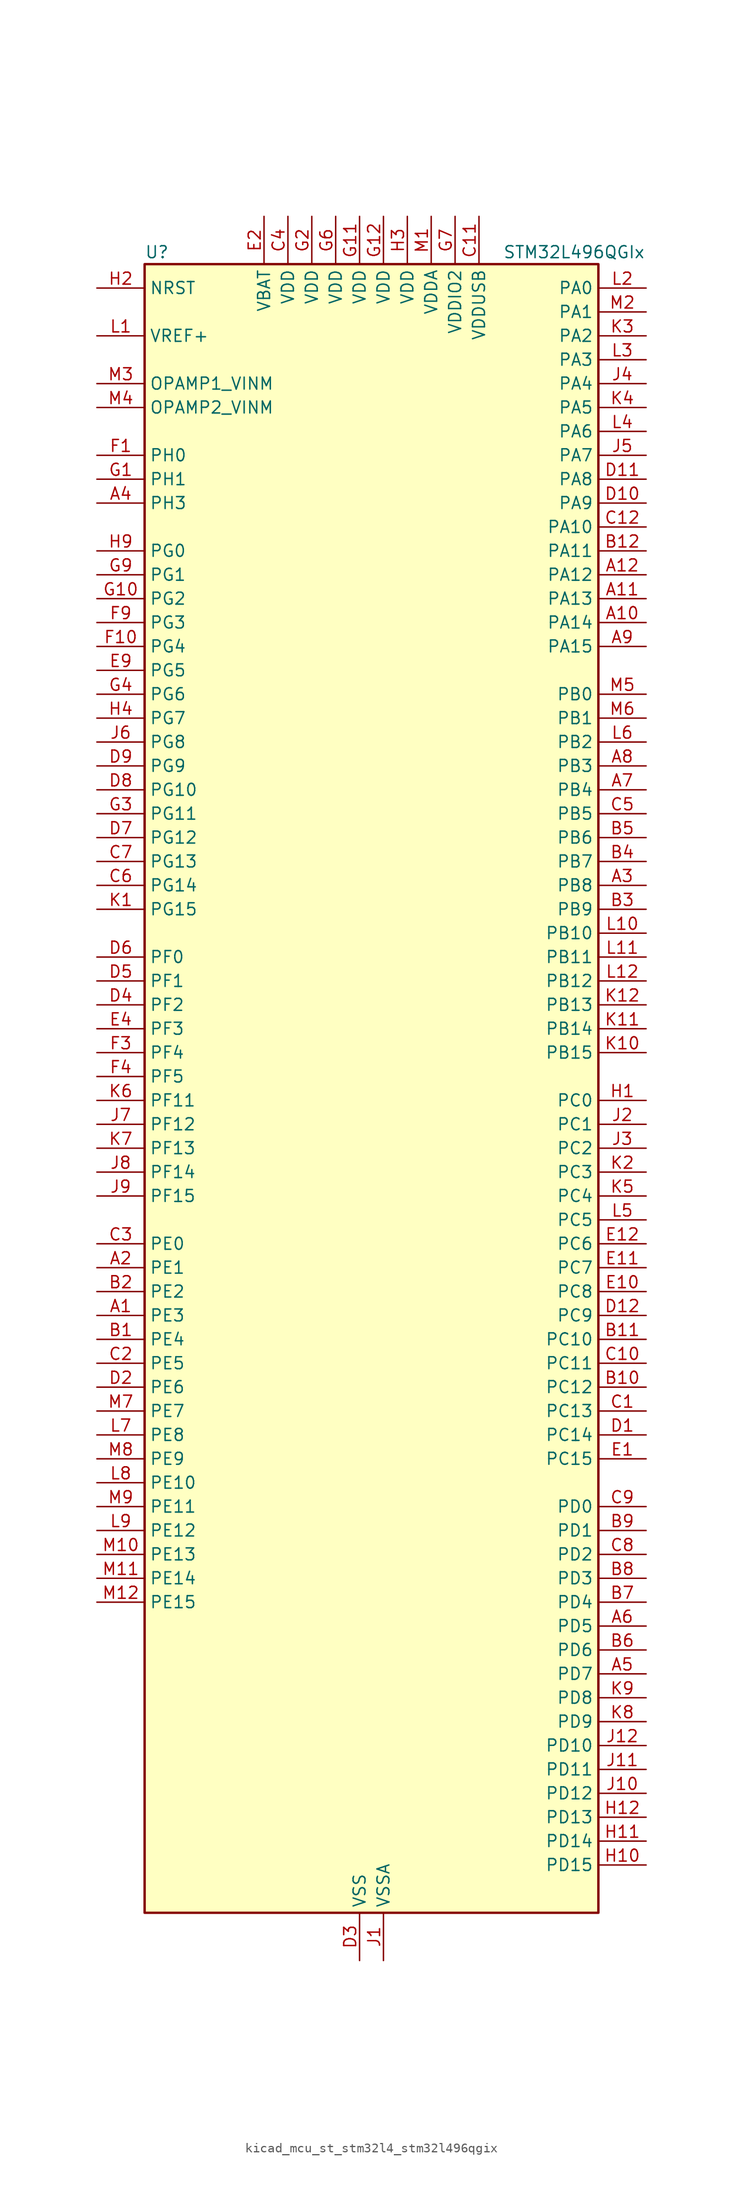
<source format=kicad_sym>
(kicad_symbol_lib
  (version 20220914)
  (generator kicad_symbol_editor)
  (symbol "kicad_mcu_st_stm32l4_stm32l496qgix"
    (property "Reference" "U"
      (at -22.86 90.17 0)
      (effects (font (size 1.27 1.27)) (justify left)))
    (property "Value" "STM32L496QGIx"
      (at 15.24 90.17 0)
      (effects (font (size 1.27 1.27)) (justify left)))
    (property "ki_locked" ""
      (at 0 0 0)
      (effects (font (size 1.27 1.27))))
    (symbol "kicad_mcu_st_stm32l4_stm32l496qgix_0_1"
      (rectangle (start -22.86 -86.36) (end 25.4 88.9) (stroke (width 0.254) (type default)) (fill (type background))))
    (symbol "kicad_mcu_st_stm32l4_stm32l496qgix_1_1"
      (pin bidirectional line (at -27.94 -22.86 0) (length 5.08) (name "PE3" (effects (font (size 1.27 1.27)))) (number "A1" (effects (font (size 1.27 1.27)))) (alternate "FMC_A19" bidirectional line) (alternate "LCD_SEG39" bidirectional line) (alternate "SAI1_SD_B" bidirectional line) (alternate "SYS_TRACED0" bidirectional line) (alternate "TIM3_CH1" bidirectional line) (alternate "TSC_G7_IO2" bidirectional line))
      (pin bidirectional line (at 30.48 50.8 180) (length 5.08) (name "PA14" (effects (font (size 1.27 1.27)))) (number "A10" (effects (font (size 1.27 1.27)))) (alternate "I2C1_SMBA" bidirectional line) (alternate "I2C4_SMBA" bidirectional line) (alternate "LPTIM1_OUT" bidirectional line) (alternate "SAI1_FS_B" bidirectional line) (alternate "SWPMI1_RX" bidirectional line) (alternate "SYS_JTCK-SWCLK" bidirectional line) (alternate "USB_OTG_FS_SOF" bidirectional line))
      (pin bidirectional line (at 30.48 53.34 180) (length 5.08) (name "PA13" (effects (font (size 1.27 1.27)))) (number "A11" (effects (font (size 1.27 1.27)))) (alternate "IR_OUT" bidirectional line) (alternate "SAI1_SD_B" bidirectional line) (alternate "SWPMI1_TX" bidirectional line) (alternate "SYS_JTMS-SWDIO" bidirectional line) (alternate "USB_OTG_FS_NOE" bidirectional line))
      (pin bidirectional line (at 30.48 55.88 180) (length 5.08) (name "PA12" (effects (font (size 1.27 1.27)))) (number "A12" (effects (font (size 1.27 1.27)))) (alternate "CAN1_TX" bidirectional line) (alternate "SPI1_MOSI" bidirectional line) (alternate "TIM1_ETR" bidirectional line) (alternate "USART1_DE" bidirectional line) (alternate "USART1_RTS" bidirectional line) (alternate "USB_OTG_FS_DP" bidirectional line))
      (pin bidirectional line (at -27.94 -17.78 0) (length 5.08) (name "PE1" (effects (font (size 1.27 1.27)))) (number "A2" (effects (font (size 1.27 1.27)))) (alternate "DCMI_D3" bidirectional line) (alternate "FMC_NBL1" bidirectional line) (alternate "LCD_SEG37" bidirectional line) (alternate "TIM17_CH1" bidirectional line))
      (pin bidirectional line (at 30.48 22.86 180) (length 5.08) (name "PB8" (effects (font (size 1.27 1.27)))) (number "A3" (effects (font (size 1.27 1.27)))) (alternate "CAN1_RX" bidirectional line) (alternate "DCMI_D6" bidirectional line) (alternate "DFSDM1_DATIN6" bidirectional line) (alternate "I2C1_SCL" bidirectional line) (alternate "LCD_SEG16" bidirectional line) (alternate "SAI1_MCLK_A" bidirectional line) (alternate "SDMMC1_D4" bidirectional line) (alternate "TIM16_CH1" bidirectional line) (alternate "TIM4_CH3" bidirectional line))
      (pin bidirectional line (at -27.94 63.5 0) (length 5.08) (name "PH3" (effects (font (size 1.27 1.27)))) (number "A4" (effects (font (size 1.27 1.27)))))
      (pin bidirectional line (at 30.48 -60.96 180) (length 5.08) (name "PD7" (effects (font (size 1.27 1.27)))) (number "A5" (effects (font (size 1.27 1.27)))) (alternate "DFSDM1_CKIN1" bidirectional line) (alternate "FMC_NE1" bidirectional line) (alternate "QUADSPI_BK2_IO3" bidirectional line) (alternate "USART2_CK" bidirectional line))
      (pin bidirectional line (at 30.48 -55.88 180) (length 5.08) (name "PD5" (effects (font (size 1.27 1.27)))) (number "A6" (effects (font (size 1.27 1.27)))) (alternate "FMC_NWE" bidirectional line) (alternate "QUADSPI_BK2_IO1" bidirectional line) (alternate "USART2_TX" bidirectional line))
      (pin bidirectional line (at 30.48 33.02 180) (length 5.08) (name "PB4" (effects (font (size 1.27 1.27)))) (number "A7" (effects (font (size 1.27 1.27)))) (alternate "COMP2_INP" bidirectional line) (alternate "DCMI_D12" bidirectional line) (alternate "I2C3_SDA" bidirectional line) (alternate "LCD_SEG8" bidirectional line) (alternate "SAI1_MCLK_B" bidirectional line) (alternate "SPI1_MISO" bidirectional line) (alternate "SPI3_MISO" bidirectional line) (alternate "SYS_JTRST" bidirectional line) (alternate "TIM17_BKIN" bidirectional line) (alternate "TIM3_CH1" bidirectional line) (alternate "TSC_G2_IO1" bidirectional line) (alternate "UART5_DE" bidirectional line) (alternate "UART5_RTS" bidirectional line) (alternate "USART1_CTS" bidirectional line))
      (pin bidirectional line (at 30.48 35.56 180) (length 5.08) (name "PB3" (effects (font (size 1.27 1.27)))) (number "A8" (effects (font (size 1.27 1.27)))) (alternate "COMP2_INM" bidirectional line) (alternate "CRS_SYNC" bidirectional line) (alternate "LCD_SEG7" bidirectional line) (alternate "SAI1_SCK_B" bidirectional line) (alternate "SPI1_SCK" bidirectional line) (alternate "SPI3_SCK" bidirectional line) (alternate "SYS_JTDO-SWO" bidirectional line) (alternate "TIM2_CH2" bidirectional line) (alternate "USART1_DE" bidirectional line) (alternate "USART1_RTS" bidirectional line))
      (pin bidirectional line (at 30.48 48.26 180) (length 5.08) (name "PA15" (effects (font (size 1.27 1.27)))) (number "A9" (effects (font (size 1.27 1.27)))) (alternate "ADC1_EXTI15" bidirectional line) (alternate "ADC2_EXTI15" bidirectional line) (alternate "ADC3_EXTI15" bidirectional line) (alternate "LCD_SEG17" bidirectional line) (alternate "SAI2_FS_B" bidirectional line) (alternate "SPI1_NSS" bidirectional line) (alternate "SPI3_NSS" bidirectional line) (alternate "SWPMI1_SUSPEND" bidirectional line) (alternate "SYS_JTDI" bidirectional line) (alternate "TIM2_CH1" bidirectional line) (alternate "TIM2_ETR" bidirectional line) (alternate "TSC_G3_IO1" bidirectional line) (alternate "UART4_DE" bidirectional line) (alternate "UART4_RTS" bidirectional line) (alternate "USART2_RX" bidirectional line) (alternate "USART3_DE" bidirectional line) (alternate "USART3_RTS" bidirectional line))
      (pin bidirectional line (at -27.94 -25.4 0) (length 5.08) (name "PE4" (effects (font (size 1.27 1.27)))) (number "B1" (effects (font (size 1.27 1.27)))) (alternate "DCMI_D4" bidirectional line) (alternate "DFSDM1_DATIN3" bidirectional line) (alternate "FMC_A20" bidirectional line) (alternate "SAI1_FS_A" bidirectional line) (alternate "SYS_TRACED1" bidirectional line) (alternate "TIM3_CH2" bidirectional line) (alternate "TSC_G7_IO3" bidirectional line))
      (pin bidirectional line (at 30.48 -30.48 180) (length 5.08) (name "PC12" (effects (font (size 1.27 1.27)))) (number "B10" (effects (font (size 1.27 1.27)))) (alternate "DCMI_D9" bidirectional line) (alternate "LCD_COM6" bidirectional line) (alternate "LCD_SEG30" bidirectional line) (alternate "LCD_SEG42" bidirectional line) (alternate "SAI2_SD_B" bidirectional line) (alternate "SDMMC1_CK" bidirectional line) (alternate "SPI3_MOSI" bidirectional line) (alternate "SYS_TRACED3" bidirectional line) (alternate "TSC_G3_IO4" bidirectional line) (alternate "UART5_TX" bidirectional line) (alternate "USART3_CK" bidirectional line))
      (pin bidirectional line (at 30.48 -25.4 180) (length 5.08) (name "PC10" (effects (font (size 1.27 1.27)))) (number "B11" (effects (font (size 1.27 1.27)))) (alternate "DCMI_D8" bidirectional line) (alternate "LCD_COM4" bidirectional line) (alternate "LCD_SEG28" bidirectional line) (alternate "LCD_SEG40" bidirectional line) (alternate "SAI2_SCK_B" bidirectional line) (alternate "SDMMC1_D2" bidirectional line) (alternate "SPI3_SCK" bidirectional line) (alternate "SYS_TRACED1" bidirectional line) (alternate "TSC_G3_IO2" bidirectional line) (alternate "UART4_TX" bidirectional line) (alternate "USART3_TX" bidirectional line))
      (pin bidirectional line (at 30.48 58.42 180) (length 5.08) (name "PA11" (effects (font (size 1.27 1.27)))) (number "B12" (effects (font (size 1.27 1.27)))) (alternate "ADC1_EXTI11" bidirectional line) (alternate "ADC2_EXTI11" bidirectional line) (alternate "ADC3_EXTI11" bidirectional line) (alternate "CAN1_RX" bidirectional line) (alternate "SPI1_MISO" bidirectional line) (alternate "TIM1_BKIN2" bidirectional line) (alternate "TIM1_BKIN2_COMP1" bidirectional line) (alternate "TIM1_CH4" bidirectional line) (alternate "USART1_CTS" bidirectional line) (alternate "USB_OTG_FS_DM" bidirectional line))
      (pin bidirectional line (at -27.94 -20.32 0) (length 5.08) (name "PE2" (effects (font (size 1.27 1.27)))) (number "B2" (effects (font (size 1.27 1.27)))) (alternate "FMC_A23" bidirectional line) (alternate "LCD_SEG38" bidirectional line) (alternate "SAI1_MCLK_A" bidirectional line) (alternate "SYS_TRACECLK" bidirectional line) (alternate "TIM3_ETR" bidirectional line) (alternate "TSC_G7_IO1" bidirectional line))
      (pin bidirectional line (at 30.48 20.32 180) (length 5.08) (name "PB9" (effects (font (size 1.27 1.27)))) (number "B3" (effects (font (size 1.27 1.27)))) (alternate "CAN1_TX" bidirectional line) (alternate "DAC1_EXTI9" bidirectional line) (alternate "DCMI_D7" bidirectional line) (alternate "DFSDM1_CKIN6" bidirectional line) (alternate "I2C1_SDA" bidirectional line) (alternate "IR_OUT" bidirectional line) (alternate "LCD_COM3" bidirectional line) (alternate "SAI1_FS_A" bidirectional line) (alternate "SDMMC1_D5" bidirectional line) (alternate "SPI2_NSS" bidirectional line) (alternate "TIM17_CH1" bidirectional line) (alternate "TIM4_CH4" bidirectional line))
      (pin bidirectional line (at 30.48 25.4 180) (length 5.08) (name "PB7" (effects (font (size 1.27 1.27)))) (number "B4" (effects (font (size 1.27 1.27)))) (alternate "COMP2_INM" bidirectional line) (alternate "DCMI_VSYNC" bidirectional line) (alternate "DFSDM1_CKIN5" bidirectional line) (alternate "FMC_NL" bidirectional line) (alternate "I2C1_SDA" bidirectional line) (alternate "I2C4_SDA" bidirectional line) (alternate "LCD_SEG21" bidirectional line) (alternate "LPTIM1_IN2" bidirectional line) (alternate "SYS_PVD_IN" bidirectional line) (alternate "TIM17_CH1N" bidirectional line) (alternate "TIM4_CH2" bidirectional line) (alternate "TIM8_BKIN" bidirectional line) (alternate "TIM8_BKIN_COMP1" bidirectional line) (alternate "TSC_G2_IO4" bidirectional line) (alternate "UART4_CTS" bidirectional line) (alternate "USART1_RX" bidirectional line))
      (pin bidirectional line (at 30.48 27.94 180) (length 5.08) (name "PB6" (effects (font (size 1.27 1.27)))) (number "B5" (effects (font (size 1.27 1.27)))) (alternate "CAN2_TX" bidirectional line) (alternate "COMP2_INP" bidirectional line) (alternate "DCMI_D5" bidirectional line) (alternate "DFSDM1_DATIN5" bidirectional line) (alternate "I2C1_SCL" bidirectional line) (alternate "I2C4_SCL" bidirectional line) (alternate "LPTIM1_ETR" bidirectional line) (alternate "SAI1_FS_B" bidirectional line) (alternate "TIM16_CH1N" bidirectional line) (alternate "TIM4_CH1" bidirectional line) (alternate "TIM8_BKIN2" bidirectional line) (alternate "TIM8_BKIN2_COMP2" bidirectional line) (alternate "TSC_G2_IO3" bidirectional line) (alternate "USART1_TX" bidirectional line))
      (pin bidirectional line (at 30.48 -58.42 180) (length 5.08) (name "PD6" (effects (font (size 1.27 1.27)))) (number "B6" (effects (font (size 1.27 1.27)))) (alternate "DCMI_D10" bidirectional line) (alternate "DFSDM1_DATIN1" bidirectional line) (alternate "FMC_NWAIT" bidirectional line) (alternate "QUADSPI_BK2_IO1" bidirectional line) (alternate "QUADSPI_BK2_IO2" bidirectional line) (alternate "SAI1_SD_A" bidirectional line) (alternate "USART2_RX" bidirectional line))
      (pin bidirectional line (at 30.48 -53.34 180) (length 5.08) (name "PD4" (effects (font (size 1.27 1.27)))) (number "B7" (effects (font (size 1.27 1.27)))) (alternate "DFSDM1_CKIN0" bidirectional line) (alternate "FMC_NOE" bidirectional line) (alternate "QUADSPI_BK2_IO0" bidirectional line) (alternate "SPI2_MOSI" bidirectional line) (alternate "USART2_DE" bidirectional line) (alternate "USART2_RTS" bidirectional line))
      (pin bidirectional line (at 30.48 -50.8 180) (length 5.08) (name "PD3" (effects (font (size 1.27 1.27)))) (number "B8" (effects (font (size 1.27 1.27)))) (alternate "DCMI_D5" bidirectional line) (alternate "DFSDM1_DATIN0" bidirectional line) (alternate "FMC_CLK" bidirectional line) (alternate "QUADSPI_BK2_NCS" bidirectional line) (alternate "SPI2_MISO" bidirectional line) (alternate "SPI2_SCK" bidirectional line) (alternate "USART2_CTS" bidirectional line))
      (pin bidirectional line (at 30.48 -45.72 180) (length 5.08) (name "PD1" (effects (font (size 1.27 1.27)))) (number "B9" (effects (font (size 1.27 1.27)))) (alternate "CAN1_TX" bidirectional line) (alternate "DFSDM1_CKIN7" bidirectional line) (alternate "FMC_D3" bidirectional line) (alternate "FMC_DA3" bidirectional line) (alternate "SPI2_SCK" bidirectional line))
      (pin bidirectional line (at 30.48 -33.02 180) (length 5.08) (name "PC13" (effects (font (size 1.27 1.27)))) (number "C1" (effects (font (size 1.27 1.27)))) (alternate "RTC_OUT_ALARM" bidirectional line) (alternate "RTC_OUT_CALIB" bidirectional line) (alternate "RTC_TAMP1" bidirectional line) (alternate "RTC_TS" bidirectional line) (alternate "SYS_WKUP2" bidirectional line))
      (pin bidirectional line (at 30.48 -27.94 180) (length 5.08) (name "PC11" (effects (font (size 1.27 1.27)))) (number "C10" (effects (font (size 1.27 1.27)))) (alternate "ADC1_EXTI11" bidirectional line) (alternate "ADC2_EXTI11" bidirectional line) (alternate "ADC3_EXTI11" bidirectional line) (alternate "DCMI_D4" bidirectional line) (alternate "LCD_COM5" bidirectional line) (alternate "LCD_SEG29" bidirectional line) (alternate "LCD_SEG41" bidirectional line) (alternate "QUADSPI_BK2_NCS" bidirectional line) (alternate "SAI2_MCLK_B" bidirectional line) (alternate "SDMMC1_D3" bidirectional line) (alternate "SPI3_MISO" bidirectional line) (alternate "TSC_G3_IO3" bidirectional line) (alternate "UART4_RX" bidirectional line) (alternate "USART3_RX" bidirectional line))
      (pin power_in line (at 12.7 93.98 270) (length 5.08) (name "VDDUSB" (effects (font (size 1.27 1.27)))) (number "C11" (effects (font (size 1.27 1.27)))))
      (pin bidirectional line (at 30.48 60.96 180) (length 5.08) (name "PA10" (effects (font (size 1.27 1.27)))) (number "C12" (effects (font (size 1.27 1.27)))) (alternate "DCMI_D1" bidirectional line) (alternate "LCD_COM2" bidirectional line) (alternate "SAI1_SD_A" bidirectional line) (alternate "TIM17_BKIN" bidirectional line) (alternate "TIM1_CH3" bidirectional line) (alternate "USART1_RX" bidirectional line) (alternate "USB_OTG_FS_ID" bidirectional line))
      (pin bidirectional line (at -27.94 -27.94 0) (length 5.08) (name "PE5" (effects (font (size 1.27 1.27)))) (number "C2" (effects (font (size 1.27 1.27)))) (alternate "DCMI_D6" bidirectional line) (alternate "DFSDM1_CKIN3" bidirectional line) (alternate "FMC_A21" bidirectional line) (alternate "SAI1_SCK_A" bidirectional line) (alternate "SYS_TRACED2" bidirectional line) (alternate "TIM3_CH3" bidirectional line) (alternate "TSC_G7_IO4" bidirectional line))
      (pin bidirectional line (at -27.94 -15.24 0) (length 5.08) (name "PE0" (effects (font (size 1.27 1.27)))) (number "C3" (effects (font (size 1.27 1.27)))) (alternate "DCMI_D2" bidirectional line) (alternate "FMC_NBL0" bidirectional line) (alternate "LCD_SEG36" bidirectional line) (alternate "TIM16_CH1" bidirectional line) (alternate "TIM4_ETR" bidirectional line))
      (pin power_in line (at -7.62 93.98 270) (length 5.08) (name "VDD" (effects (font (size 1.27 1.27)))) (number "C4" (effects (font (size 1.27 1.27)))))
      (pin bidirectional line (at 30.48 30.48 180) (length 5.08) (name "PB5" (effects (font (size 1.27 1.27)))) (number "C5" (effects (font (size 1.27 1.27)))) (alternate "CAN2_RX" bidirectional line) (alternate "COMP2_OUT" bidirectional line) (alternate "DCMI_D10" bidirectional line) (alternate "I2C1_SMBA" bidirectional line) (alternate "LCD_SEG9" bidirectional line) (alternate "LPTIM1_IN1" bidirectional line) (alternate "SAI1_SD_B" bidirectional line) (alternate "SPI1_MOSI" bidirectional line) (alternate "SPI3_MOSI" bidirectional line) (alternate "TIM16_BKIN" bidirectional line) (alternate "TIM3_CH2" bidirectional line) (alternate "TSC_G2_IO2" bidirectional line) (alternate "UART5_CTS" bidirectional line) (alternate "USART1_CK" bidirectional line))
      (pin bidirectional line (at -27.94 22.86 0) (length 5.08) (name "PG14" (effects (font (size 1.27 1.27)))) (number "C6" (effects (font (size 1.27 1.27)))) (alternate "FMC_A25" bidirectional line) (alternate "I2C1_SCL" bidirectional line))
      (pin bidirectional line (at -27.94 25.4 0) (length 5.08) (name "PG13" (effects (font (size 1.27 1.27)))) (number "C7" (effects (font (size 1.27 1.27)))) (alternate "FMC_A24" bidirectional line) (alternate "I2C1_SDA" bidirectional line) (alternate "USART1_CK" bidirectional line))
      (pin bidirectional line (at 30.48 -48.26 180) (length 5.08) (name "PD2" (effects (font (size 1.27 1.27)))) (number "C8" (effects (font (size 1.27 1.27)))) (alternate "DCMI_D11" bidirectional line) (alternate "LCD_COM7" bidirectional line) (alternate "LCD_SEG31" bidirectional line) (alternate "LCD_SEG43" bidirectional line) (alternate "SDMMC1_CMD" bidirectional line) (alternate "SYS_TRACED2" bidirectional line) (alternate "TIM3_ETR" bidirectional line) (alternate "TSC_SYNC" bidirectional line) (alternate "UART5_RX" bidirectional line) (alternate "USART3_DE" bidirectional line) (alternate "USART3_RTS" bidirectional line))
      (pin bidirectional line (at 30.48 -43.18 180) (length 5.08) (name "PD0" (effects (font (size 1.27 1.27)))) (number "C9" (effects (font (size 1.27 1.27)))) (alternate "CAN1_RX" bidirectional line) (alternate "DFSDM1_DATIN7" bidirectional line) (alternate "FMC_D2" bidirectional line) (alternate "FMC_DA2" bidirectional line) (alternate "SPI2_NSS" bidirectional line))
      (pin bidirectional line (at 30.48 -35.56 180) (length 5.08) (name "PC14" (effects (font (size 1.27 1.27)))) (number "D1" (effects (font (size 1.27 1.27)))) (alternate "RCC_OSC32_IN" bidirectional line))
      (pin bidirectional line (at 30.48 63.5 180) (length 5.08) (name "PA9" (effects (font (size 1.27 1.27)))) (number "D10" (effects (font (size 1.27 1.27)))) (alternate "DAC1_EXTI9" bidirectional line) (alternate "DCMI_D0" bidirectional line) (alternate "LCD_COM1" bidirectional line) (alternate "SAI1_FS_A" bidirectional line) (alternate "SPI2_SCK" bidirectional line) (alternate "TIM15_BKIN" bidirectional line) (alternate "TIM1_CH2" bidirectional line) (alternate "USART1_TX" bidirectional line) (alternate "USB_OTG_FS_VBUS" bidirectional line))
      (pin bidirectional line (at 30.48 66.04 180) (length 5.08) (name "PA8" (effects (font (size 1.27 1.27)))) (number "D11" (effects (font (size 1.27 1.27)))) (alternate "LCD_COM0" bidirectional line) (alternate "LPTIM2_OUT" bidirectional line) (alternate "RCC_MCO" bidirectional line) (alternate "SAI1_SCK_A" bidirectional line) (alternate "SWPMI1_IO" bidirectional line) (alternate "TIM1_CH1" bidirectional line) (alternate "USART1_CK" bidirectional line) (alternate "USB_OTG_FS_SOF" bidirectional line))
      (pin bidirectional line (at 30.48 -22.86 180) (length 5.08) (name "PC9" (effects (font (size 1.27 1.27)))) (number "D12" (effects (font (size 1.27 1.27)))) (alternate "DAC1_EXTI9" bidirectional line) (alternate "DCMI_D3" bidirectional line) (alternate "I2C3_SDA" bidirectional line) (alternate "LCD_SEG27" bidirectional line) (alternate "SAI2_EXTCLK" bidirectional line) (alternate "SDMMC1_D1" bidirectional line) (alternate "TIM3_CH4" bidirectional line) (alternate "TIM8_BKIN2" bidirectional line) (alternate "TIM8_BKIN2_COMP1" bidirectional line) (alternate "TIM8_CH4" bidirectional line) (alternate "TSC_G4_IO4" bidirectional line) (alternate "USB_OTG_FS_NOE" bidirectional line))
      (pin bidirectional line (at -27.94 -30.48 0) (length 5.08) (name "PE6" (effects (font (size 1.27 1.27)))) (number "D2" (effects (font (size 1.27 1.27)))) (alternate "DCMI_D7" bidirectional line) (alternate "FMC_A22" bidirectional line) (alternate "RTC_TAMP3" bidirectional line) (alternate "SAI1_SD_A" bidirectional line) (alternate "SYS_TRACED3" bidirectional line) (alternate "SYS_WKUP3" bidirectional line) (alternate "TIM3_CH4" bidirectional line))
      (pin power_in line (at 0 -91.44 90) (length 5.08) (name "VSS" (effects (font (size 1.27 1.27)))) (number "D3" (effects (font (size 1.27 1.27)))))
      (pin bidirectional line (at -27.94 10.16 0) (length 5.08) (name "PF2" (effects (font (size 1.27 1.27)))) (number "D4" (effects (font (size 1.27 1.27)))) (alternate "FMC_A2" bidirectional line) (alternate "I2C2_SMBA" bidirectional line))
      (pin bidirectional line (at -27.94 12.7 0) (length 5.08) (name "PF1" (effects (font (size 1.27 1.27)))) (number "D5" (effects (font (size 1.27 1.27)))) (alternate "FMC_A1" bidirectional line) (alternate "I2C2_SCL" bidirectional line))
      (pin bidirectional line (at -27.94 15.24 0) (length 5.08) (name "PF0" (effects (font (size 1.27 1.27)))) (number "D6" (effects (font (size 1.27 1.27)))) (alternate "FMC_A0" bidirectional line) (alternate "I2C2_SDA" bidirectional line))
      (pin bidirectional line (at -27.94 27.94 0) (length 5.08) (name "PG12" (effects (font (size 1.27 1.27)))) (number "D7" (effects (font (size 1.27 1.27)))) (alternate "FMC_NE4" bidirectional line) (alternate "LPTIM1_ETR" bidirectional line) (alternate "SAI2_SD_A" bidirectional line) (alternate "SPI3_NSS" bidirectional line) (alternate "USART1_DE" bidirectional line) (alternate "USART1_RTS" bidirectional line))
      (pin bidirectional line (at -27.94 33.02 0) (length 5.08) (name "PG10" (effects (font (size 1.27 1.27)))) (number "D8" (effects (font (size 1.27 1.27)))) (alternate "FMC_NE3" bidirectional line) (alternate "LPTIM1_IN1" bidirectional line) (alternate "SAI2_FS_A" bidirectional line) (alternate "SPI3_MISO" bidirectional line) (alternate "TIM15_CH1" bidirectional line) (alternate "USART1_RX" bidirectional line))
      (pin bidirectional line (at -27.94 35.56 0) (length 5.08) (name "PG9" (effects (font (size 1.27 1.27)))) (number "D9" (effects (font (size 1.27 1.27)))) (alternate "DAC1_EXTI9" bidirectional line) (alternate "FMC_NCE" bidirectional line) (alternate "FMC_NE2" bidirectional line) (alternate "SAI2_SCK_A" bidirectional line) (alternate "SPI3_SCK" bidirectional line) (alternate "TIM15_CH1N" bidirectional line) (alternate "USART1_TX" bidirectional line))
      (pin bidirectional line (at 30.48 -38.1 180) (length 5.08) (name "PC15" (effects (font (size 1.27 1.27)))) (number "E1" (effects (font (size 1.27 1.27)))) (alternate "ADC1_EXTI15" bidirectional line) (alternate "ADC2_EXTI15" bidirectional line) (alternate "ADC3_EXTI15" bidirectional line) (alternate "RCC_OSC32_OUT" bidirectional line))
      (pin bidirectional line (at 30.48 -20.32 180) (length 5.08) (name "PC8" (effects (font (size 1.27 1.27)))) (number "E10" (effects (font (size 1.27 1.27)))) (alternate "DCMI_D2" bidirectional line) (alternate "LCD_SEG26" bidirectional line) (alternate "SDMMC1_D0" bidirectional line) (alternate "TIM3_CH3" bidirectional line) (alternate "TIM8_CH3" bidirectional line) (alternate "TSC_G4_IO3" bidirectional line))
      (pin bidirectional line (at 30.48 -17.78 180) (length 5.08) (name "PC7" (effects (font (size 1.27 1.27)))) (number "E11" (effects (font (size 1.27 1.27)))) (alternate "DCMI_D1" bidirectional line) (alternate "DFSDM1_DATIN3" bidirectional line) (alternate "LCD_SEG25" bidirectional line) (alternate "SAI2_MCLK_B" bidirectional line) (alternate "SDMMC1_D7" bidirectional line) (alternate "TIM3_CH2" bidirectional line) (alternate "TIM8_CH2" bidirectional line) (alternate "TSC_G4_IO2" bidirectional line))
      (pin bidirectional line (at 30.48 -15.24 180) (length 5.08) (name "PC6" (effects (font (size 1.27 1.27)))) (number "E12" (effects (font (size 1.27 1.27)))) (alternate "DCMI_D0" bidirectional line) (alternate "DFSDM1_CKIN3" bidirectional line) (alternate "LCD_SEG24" bidirectional line) (alternate "SAI2_MCLK_A" bidirectional line) (alternate "SDMMC1_D6" bidirectional line) (alternate "TIM3_CH1" bidirectional line) (alternate "TIM8_CH1" bidirectional line) (alternate "TSC_G4_IO1" bidirectional line))
      (pin power_in line (at -10.16 93.98 270) (length 5.08) (name "VBAT" (effects (font (size 1.27 1.27)))) (number "E2" (effects (font (size 1.27 1.27)))))
      (pin passive line (at 0 -91.44 90) (length 5.08) hide (name "VSS" (effects (font (size 1.27 1.27)))) (number "E3" (effects (font (size 1.27 1.27)))))
      (pin bidirectional line (at -27.94 7.62 0) (length 5.08) (name "PF3" (effects (font (size 1.27 1.27)))) (number "E4" (effects (font (size 1.27 1.27)))) (alternate "ADC3_IN6" bidirectional line) (alternate "FMC_A3" bidirectional line))
      (pin bidirectional line (at -27.94 45.72 0) (length 5.08) (name "PG5" (effects (font (size 1.27 1.27)))) (number "E9" (effects (font (size 1.27 1.27)))) (alternate "FMC_A15" bidirectional line) (alternate "LPUART1_CTS" bidirectional line) (alternate "SAI2_SD_B" bidirectional line) (alternate "SPI1_NSS" bidirectional line))
      (pin bidirectional line (at -27.94 68.58 0) (length 5.08) (name "PH0" (effects (font (size 1.27 1.27)))) (number "F1" (effects (font (size 1.27 1.27)))) (alternate "RCC_OSC_IN" bidirectional line))
      (pin bidirectional line (at -27.94 48.26 0) (length 5.08) (name "PG4" (effects (font (size 1.27 1.27)))) (number "F10" (effects (font (size 1.27 1.27)))) (alternate "FMC_A14" bidirectional line) (alternate "SAI2_MCLK_B" bidirectional line) (alternate "SPI1_MOSI" bidirectional line))
      (pin passive line (at 0 -91.44 90) (length 5.08) hide (name "VSS" (effects (font (size 1.27 1.27)))) (number "F11" (effects (font (size 1.27 1.27)))))
      (pin passive line (at 0 -91.44 90) (length 5.08) hide (name "VSS" (effects (font (size 1.27 1.27)))) (number "F12" (effects (font (size 1.27 1.27)))))
      (pin passive line (at 0 -91.44 90) (length 5.08) hide (name "VSS" (effects (font (size 1.27 1.27)))) (number "F2" (effects (font (size 1.27 1.27)))))
      (pin bidirectional line (at -27.94 5.08 0) (length 5.08) (name "PF4" (effects (font (size 1.27 1.27)))) (number "F3" (effects (font (size 1.27 1.27)))) (alternate "ADC3_IN7" bidirectional line) (alternate "FMC_A4" bidirectional line))
      (pin bidirectional line (at -27.94 2.54 0) (length 5.08) (name "PF5" (effects (font (size 1.27 1.27)))) (number "F4" (effects (font (size 1.27 1.27)))) (alternate "ADC3_IN8" bidirectional line) (alternate "FMC_A5" bidirectional line))
      (pin passive line (at 0 -91.44 90) (length 5.08) hide (name "VSS" (effects (font (size 1.27 1.27)))) (number "F6" (effects (font (size 1.27 1.27)))))
      (pin passive line (at 0 -91.44 90) (length 5.08) hide (name "VSS" (effects (font (size 1.27 1.27)))) (number "F7" (effects (font (size 1.27 1.27)))))
      (pin bidirectional line (at -27.94 50.8 0) (length 5.08) (name "PG3" (effects (font (size 1.27 1.27)))) (number "F9" (effects (font (size 1.27 1.27)))) (alternate "FMC_A13" bidirectional line) (alternate "SAI2_FS_B" bidirectional line) (alternate "SPI1_MISO" bidirectional line))
      (pin bidirectional line (at -27.94 66.04 0) (length 5.08) (name "PH1" (effects (font (size 1.27 1.27)))) (number "G1" (effects (font (size 1.27 1.27)))) (alternate "RCC_OSC_OUT" bidirectional line))
      (pin bidirectional line (at -27.94 53.34 0) (length 5.08) (name "PG2" (effects (font (size 1.27 1.27)))) (number "G10" (effects (font (size 1.27 1.27)))) (alternate "FMC_A12" bidirectional line) (alternate "SAI2_SCK_B" bidirectional line) (alternate "SPI1_SCK" bidirectional line))
      (pin power_in line (at 0 93.98 270) (length 5.08) (name "VDD" (effects (font (size 1.27 1.27)))) (number "G11" (effects (font (size 1.27 1.27)))))
      (pin power_in line (at 2.54 93.98 270) (length 5.08) (name "VDD" (effects (font (size 1.27 1.27)))) (number "G12" (effects (font (size 1.27 1.27)))))
      (pin power_in line (at -5.08 93.98 270) (length 5.08) (name "VDD" (effects (font (size 1.27 1.27)))) (number "G2" (effects (font (size 1.27 1.27)))))
      (pin bidirectional line (at -27.94 30.48 0) (length 5.08) (name "PG11" (effects (font (size 1.27 1.27)))) (number "G3" (effects (font (size 1.27 1.27)))) (alternate "ADC1_EXTI11" bidirectional line) (alternate "ADC2_EXTI11" bidirectional line) (alternate "ADC3_EXTI11" bidirectional line) (alternate "LPTIM1_IN2" bidirectional line) (alternate "SAI2_MCLK_A" bidirectional line) (alternate "SPI3_MOSI" bidirectional line) (alternate "TIM15_CH2" bidirectional line) (alternate "USART1_CTS" bidirectional line))
      (pin bidirectional line (at -27.94 43.18 0) (length 5.08) (name "PG6" (effects (font (size 1.27 1.27)))) (number "G4" (effects (font (size 1.27 1.27)))) (alternate "I2C3_SMBA" bidirectional line) (alternate "LPUART1_DE" bidirectional line) (alternate "LPUART1_RTS" bidirectional line))
      (pin power_in line (at -2.54 93.98 270) (length 5.08) (name "VDD" (effects (font (size 1.27 1.27)))) (number "G6" (effects (font (size 1.27 1.27)))))
      (pin power_in line (at 10.16 93.98 270) (length 5.08) (name "VDDIO2" (effects (font (size 1.27 1.27)))) (number "G7" (effects (font (size 1.27 1.27)))))
      (pin bidirectional line (at -27.94 55.88 0) (length 5.08) (name "PG1" (effects (font (size 1.27 1.27)))) (number "G9" (effects (font (size 1.27 1.27)))) (alternate "FMC_A11" bidirectional line) (alternate "TSC_G8_IO4" bidirectional line))
      (pin bidirectional line (at 30.48 0 180) (length 5.08) (name "PC0" (effects (font (size 1.27 1.27)))) (number "H1" (effects (font (size 1.27 1.27)))) (alternate "ADC1_IN1" bidirectional line) (alternate "ADC2_IN1" bidirectional line) (alternate "ADC3_IN1" bidirectional line) (alternate "DFSDM1_DATIN4" bidirectional line) (alternate "I2C3_SCL" bidirectional line) (alternate "I2C4_SCL" bidirectional line) (alternate "LCD_SEG18" bidirectional line) (alternate "LPTIM1_IN1" bidirectional line) (alternate "LPTIM2_IN1" bidirectional line) (alternate "LPUART1_RX" bidirectional line))
      (pin bidirectional line (at 30.48 -81.28 180) (length 5.08) (name "PD15" (effects (font (size 1.27 1.27)))) (number "H10" (effects (font (size 1.27 1.27)))) (alternate "ADC1_EXTI15" bidirectional line) (alternate "ADC2_EXTI15" bidirectional line) (alternate "ADC3_EXTI15" bidirectional line) (alternate "FMC_D1" bidirectional line) (alternate "FMC_DA1" bidirectional line) (alternate "LCD_SEG35" bidirectional line) (alternate "TIM4_CH4" bidirectional line))
      (pin bidirectional line (at 30.48 -78.74 180) (length 5.08) (name "PD14" (effects (font (size 1.27 1.27)))) (number "H11" (effects (font (size 1.27 1.27)))) (alternate "FMC_D0" bidirectional line) (alternate "FMC_DA0" bidirectional line) (alternate "LCD_SEG34" bidirectional line) (alternate "TIM4_CH3" bidirectional line))
      (pin bidirectional line (at 30.48 -76.2 180) (length 5.08) (name "PD13" (effects (font (size 1.27 1.27)))) (number "H12" (effects (font (size 1.27 1.27)))) (alternate "FMC_A18" bidirectional line) (alternate "I2C4_SDA" bidirectional line) (alternate "LCD_SEG33" bidirectional line) (alternate "LPTIM2_OUT" bidirectional line) (alternate "TIM4_CH2" bidirectional line) (alternate "TSC_G6_IO4" bidirectional line))
      (pin input line (at -27.94 86.36 0) (length 5.08) (name "NRST" (effects (font (size 1.27 1.27)))) (number "H2" (effects (font (size 1.27 1.27)))))
      (pin power_in line (at 5.08 93.98 270) (length 5.08) (name "VDD" (effects (font (size 1.27 1.27)))) (number "H3" (effects (font (size 1.27 1.27)))))
      (pin bidirectional line (at -27.94 40.64 0) (length 5.08) (name "PG7" (effects (font (size 1.27 1.27)))) (number "H4" (effects (font (size 1.27 1.27)))) (alternate "FMC_INT" bidirectional line) (alternate "I2C3_SCL" bidirectional line) (alternate "LPUART1_TX" bidirectional line) (alternate "SAI1_MCLK_A" bidirectional line))
      (pin bidirectional line (at -27.94 58.42 0) (length 5.08) (name "PG0" (effects (font (size 1.27 1.27)))) (number "H9" (effects (font (size 1.27 1.27)))) (alternate "FMC_A10" bidirectional line) (alternate "TSC_G8_IO3" bidirectional line))
      (pin power_in line (at 2.54 -91.44 90) (length 5.08) (name "VSSA" (effects (font (size 1.27 1.27)))) (number "J1" (effects (font (size 1.27 1.27)))))
      (pin bidirectional line (at 30.48 -73.66 180) (length 5.08) (name "PD12" (effects (font (size 1.27 1.27)))) (number "J10" (effects (font (size 1.27 1.27)))) (alternate "FMC_A17" bidirectional line) (alternate "FMC_ALE" bidirectional line) (alternate "I2C4_SCL" bidirectional line) (alternate "LCD_SEG32" bidirectional line) (alternate "LPTIM2_IN1" bidirectional line) (alternate "SAI2_FS_A" bidirectional line) (alternate "TIM4_CH1" bidirectional line) (alternate "TSC_G6_IO3" bidirectional line) (alternate "USART3_DE" bidirectional line) (alternate "USART3_RTS" bidirectional line))
      (pin bidirectional line (at 30.48 -71.12 180) (length 5.08) (name "PD11" (effects (font (size 1.27 1.27)))) (number "J11" (effects (font (size 1.27 1.27)))) (alternate "ADC1_EXTI11" bidirectional line) (alternate "ADC2_EXTI11" bidirectional line) (alternate "ADC3_EXTI11" bidirectional line) (alternate "FMC_A16" bidirectional line) (alternate "FMC_CLE" bidirectional line) (alternate "I2C4_SMBA" bidirectional line) (alternate "LCD_SEG31" bidirectional line) (alternate "LPTIM2_ETR" bidirectional line) (alternate "SAI2_SD_A" bidirectional line) (alternate "TSC_G6_IO2" bidirectional line) (alternate "USART3_CTS" bidirectional line))
      (pin bidirectional line (at 30.48 -68.58 180) (length 5.08) (name "PD10" (effects (font (size 1.27 1.27)))) (number "J12" (effects (font (size 1.27 1.27)))) (alternate "FMC_D15" bidirectional line) (alternate "FMC_DA15" bidirectional line) (alternate "LCD_SEG30" bidirectional line) (alternate "SAI2_SCK_A" bidirectional line) (alternate "TSC_G6_IO1" bidirectional line) (alternate "USART3_CK" bidirectional line))
      (pin bidirectional line (at 30.48 -2.54 180) (length 5.08) (name "PC1" (effects (font (size 1.27 1.27)))) (number "J2" (effects (font (size 1.27 1.27)))) (alternate "ADC1_IN2" bidirectional line) (alternate "ADC2_IN2" bidirectional line) (alternate "ADC3_IN2" bidirectional line) (alternate "DFSDM1_CKIN4" bidirectional line) (alternate "I2C3_SDA" bidirectional line) (alternate "I2C4_SDA" bidirectional line) (alternate "LCD_SEG19" bidirectional line) (alternate "LPTIM1_OUT" bidirectional line) (alternate "LPUART1_TX" bidirectional line) (alternate "QUADSPI_BK2_IO0" bidirectional line) (alternate "SAI1_SD_A" bidirectional line) (alternate "SPI2_MOSI" bidirectional line) (alternate "SYS_TRACED0" bidirectional line))
      (pin bidirectional line (at 30.48 -5.08 180) (length 5.08) (name "PC2" (effects (font (size 1.27 1.27)))) (number "J3" (effects (font (size 1.27 1.27)))) (alternate "ADC1_IN3" bidirectional line) (alternate "ADC2_IN3" bidirectional line) (alternate "ADC3_IN3" bidirectional line) (alternate "DFSDM1_CKOUT" bidirectional line) (alternate "LCD_SEG20" bidirectional line) (alternate "LPTIM1_IN2" bidirectional line) (alternate "QUADSPI_BK2_IO1" bidirectional line) (alternate "SPI2_MISO" bidirectional line))
      (pin bidirectional line (at 30.48 76.2 180) (length 5.08) (name "PA4" (effects (font (size 1.27 1.27)))) (number "J4" (effects (font (size 1.27 1.27)))) (alternate "ADC1_IN9" bidirectional line) (alternate "ADC2_IN9" bidirectional line) (alternate "DAC1_OUT1" bidirectional line) (alternate "DCMI_HSYNC" bidirectional line) (alternate "LPTIM2_OUT" bidirectional line) (alternate "SAI1_FS_B" bidirectional line) (alternate "SPI1_NSS" bidirectional line) (alternate "SPI3_NSS" bidirectional line) (alternate "USART2_CK" bidirectional line))
      (pin bidirectional line (at 30.48 68.58 180) (length 5.08) (name "PA7" (effects (font (size 1.27 1.27)))) (number "J5" (effects (font (size 1.27 1.27)))) (alternate "ADC1_IN12" bidirectional line) (alternate "ADC2_IN12" bidirectional line) (alternate "I2C3_SCL" bidirectional line) (alternate "LCD_SEG4" bidirectional line) (alternate "QUADSPI_BK1_IO2" bidirectional line) (alternate "SPI1_MOSI" bidirectional line) (alternate "TIM17_CH1" bidirectional line) (alternate "TIM1_CH1N" bidirectional line) (alternate "TIM3_CH2" bidirectional line) (alternate "TIM8_CH1N" bidirectional line))
      (pin bidirectional line (at -27.94 38.1 0) (length 5.08) (name "PG8" (effects (font (size 1.27 1.27)))) (number "J6" (effects (font (size 1.27 1.27)))) (alternate "I2C3_SDA" bidirectional line) (alternate "LPUART1_RX" bidirectional line))
      (pin bidirectional line (at -27.94 -2.54 0) (length 5.08) (name "PF12" (effects (font (size 1.27 1.27)))) (number "J7" (effects (font (size 1.27 1.27)))) (alternate "FMC_A6" bidirectional line))
      (pin bidirectional line (at -27.94 -7.62 0) (length 5.08) (name "PF14" (effects (font (size 1.27 1.27)))) (number "J8" (effects (font (size 1.27 1.27)))) (alternate "DFSDM1_CKIN6" bidirectional line) (alternate "FMC_A8" bidirectional line) (alternate "I2C4_SCL" bidirectional line) (alternate "TSC_G8_IO1" bidirectional line))
      (pin bidirectional line (at -27.94 -10.16 0) (length 5.08) (name "PF15" (effects (font (size 1.27 1.27)))) (number "J9" (effects (font (size 1.27 1.27)))) (alternate "ADC1_EXTI15" bidirectional line) (alternate "ADC2_EXTI15" bidirectional line) (alternate "ADC3_EXTI15" bidirectional line) (alternate "FMC_A9" bidirectional line) (alternate "I2C4_SDA" bidirectional line) (alternate "TSC_G8_IO2" bidirectional line))
      (pin bidirectional line (at -27.94 20.32 0) (length 5.08) (name "PG15" (effects (font (size 1.27 1.27)))) (number "K1" (effects (font (size 1.27 1.27)))) (alternate "ADC1_EXTI15" bidirectional line) (alternate "ADC2_EXTI15" bidirectional line) (alternate "ADC3_EXTI15" bidirectional line) (alternate "DCMI_D13" bidirectional line) (alternate "I2C1_SMBA" bidirectional line) (alternate "LPTIM1_OUT" bidirectional line))
      (pin bidirectional line (at 30.48 5.08 180) (length 5.08) (name "PB15" (effects (font (size 1.27 1.27)))) (number "K10" (effects (font (size 1.27 1.27)))) (alternate "ADC1_EXTI15" bidirectional line) (alternate "ADC2_EXTI15" bidirectional line) (alternate "ADC3_EXTI15" bidirectional line) (alternate "DFSDM1_CKIN2" bidirectional line) (alternate "LCD_SEG15" bidirectional line) (alternate "RTC_REFIN" bidirectional line) (alternate "SAI2_SD_A" bidirectional line) (alternate "SPI2_MOSI" bidirectional line) (alternate "SWPMI1_SUSPEND" bidirectional line) (alternate "TIM15_CH2" bidirectional line) (alternate "TIM1_CH3N" bidirectional line) (alternate "TIM8_CH3N" bidirectional line) (alternate "TSC_G1_IO4" bidirectional line))
      (pin bidirectional line (at 30.48 7.62 180) (length 5.08) (name "PB14" (effects (font (size 1.27 1.27)))) (number "K11" (effects (font (size 1.27 1.27)))) (alternate "DFSDM1_DATIN2" bidirectional line) (alternate "I2C2_SDA" bidirectional line) (alternate "LCD_SEG14" bidirectional line) (alternate "SAI2_MCLK_A" bidirectional line) (alternate "SPI2_MISO" bidirectional line) (alternate "SWPMI1_RX" bidirectional line) (alternate "TIM15_CH1" bidirectional line) (alternate "TIM1_CH2N" bidirectional line) (alternate "TIM8_CH2N" bidirectional line) (alternate "TSC_G1_IO3" bidirectional line) (alternate "USART3_DE" bidirectional line) (alternate "USART3_RTS" bidirectional line))
      (pin bidirectional line (at 30.48 10.16 180) (length 5.08) (name "PB13" (effects (font (size 1.27 1.27)))) (number "K12" (effects (font (size 1.27 1.27)))) (alternate "CAN2_TX" bidirectional line) (alternate "DFSDM1_CKIN1" bidirectional line) (alternate "I2C2_SCL" bidirectional line) (alternate "LCD_SEG13" bidirectional line) (alternate "LPUART1_CTS" bidirectional line) (alternate "SAI2_SCK_A" bidirectional line) (alternate "SPI2_SCK" bidirectional line) (alternate "SWPMI1_TX" bidirectional line) (alternate "TIM15_CH1N" bidirectional line) (alternate "TIM1_CH1N" bidirectional line) (alternate "TSC_G1_IO2" bidirectional line) (alternate "USART3_CTS" bidirectional line))
      (pin bidirectional line (at 30.48 -7.62 180) (length 5.08) (name "PC3" (effects (font (size 1.27 1.27)))) (number "K2" (effects (font (size 1.27 1.27)))) (alternate "ADC1_IN4" bidirectional line) (alternate "ADC2_IN4" bidirectional line) (alternate "ADC3_IN4" bidirectional line) (alternate "LCD_VLCD" bidirectional line) (alternate "LPTIM1_ETR" bidirectional line) (alternate "LPTIM2_ETR" bidirectional line) (alternate "QUADSPI_BK2_IO2" bidirectional line) (alternate "SAI1_SD_A" bidirectional line) (alternate "SPI2_MOSI" bidirectional line))
      (pin bidirectional line (at 30.48 81.28 180) (length 5.08) (name "PA2" (effects (font (size 1.27 1.27)))) (number "K3" (effects (font (size 1.27 1.27)))) (alternate "ADC1_IN7" bidirectional line) (alternate "ADC2_IN7" bidirectional line) (alternate "LCD_SEG1" bidirectional line) (alternate "LPUART1_TX" bidirectional line) (alternate "QUADSPI_BK1_NCS" bidirectional line) (alternate "RCC_LSCO" bidirectional line) (alternate "SAI2_EXTCLK" bidirectional line) (alternate "SYS_WKUP4" bidirectional line) (alternate "TIM15_CH1" bidirectional line) (alternate "TIM2_CH3" bidirectional line) (alternate "TIM5_CH3" bidirectional line) (alternate "USART2_TX" bidirectional line))
      (pin bidirectional line (at 30.48 73.66 180) (length 5.08) (name "PA5" (effects (font (size 1.27 1.27)))) (number "K4" (effects (font (size 1.27 1.27)))) (alternate "ADC1_IN10" bidirectional line) (alternate "ADC2_IN10" bidirectional line) (alternate "DAC1_OUT2" bidirectional line) (alternate "LPTIM2_ETR" bidirectional line) (alternate "SPI1_SCK" bidirectional line) (alternate "TIM2_CH1" bidirectional line) (alternate "TIM2_ETR" bidirectional line) (alternate "TIM8_CH1N" bidirectional line))
      (pin bidirectional line (at 30.48 -10.16 180) (length 5.08) (name "PC4" (effects (font (size 1.27 1.27)))) (number "K5" (effects (font (size 1.27 1.27)))) (alternate "ADC1_IN13" bidirectional line) (alternate "ADC2_IN13" bidirectional line) (alternate "COMP1_INM" bidirectional line) (alternate "LCD_SEG22" bidirectional line) (alternate "QUADSPI_BK2_IO3" bidirectional line) (alternate "USART3_TX" bidirectional line))
      (pin bidirectional line (at -27.94 0 0) (length 5.08) (name "PF11" (effects (font (size 1.27 1.27)))) (number "K6" (effects (font (size 1.27 1.27)))) (alternate "ADC1_EXTI11" bidirectional line) (alternate "ADC2_EXTI11" bidirectional line) (alternate "ADC3_EXTI11" bidirectional line) (alternate "DCMI_D12" bidirectional line))
      (pin bidirectional line (at -27.94 -5.08 0) (length 5.08) (name "PF13" (effects (font (size 1.27 1.27)))) (number "K7" (effects (font (size 1.27 1.27)))) (alternate "DFSDM1_DATIN6" bidirectional line) (alternate "FMC_A7" bidirectional line) (alternate "I2C4_SMBA" bidirectional line))
      (pin bidirectional line (at 30.48 -66.04 180) (length 5.08) (name "PD9" (effects (font (size 1.27 1.27)))) (number "K8" (effects (font (size 1.27 1.27)))) (alternate "DAC1_EXTI9" bidirectional line) (alternate "DCMI_PIXCLK" bidirectional line) (alternate "FMC_D14" bidirectional line) (alternate "FMC_DA14" bidirectional line) (alternate "LCD_SEG29" bidirectional line) (alternate "SAI2_MCLK_A" bidirectional line) (alternate "USART3_RX" bidirectional line))
      (pin bidirectional line (at 30.48 -63.5 180) (length 5.08) (name "PD8" (effects (font (size 1.27 1.27)))) (number "K9" (effects (font (size 1.27 1.27)))) (alternate "DCMI_HSYNC" bidirectional line) (alternate "FMC_D13" bidirectional line) (alternate "FMC_DA13" bidirectional line) (alternate "LCD_SEG28" bidirectional line) (alternate "USART3_TX" bidirectional line))
      (pin input line (at -27.94 81.28 0) (length 5.08) (name "VREF+" (effects (font (size 1.27 1.27)))) (number "L1" (effects (font (size 1.27 1.27)))) (alternate "VREFBUF_OUT" bidirectional line))
      (pin bidirectional line (at 30.48 17.78 180) (length 5.08) (name "PB10" (effects (font (size 1.27 1.27)))) (number "L10" (effects (font (size 1.27 1.27)))) (alternate "COMP1_OUT" bidirectional line) (alternate "DFSDM1_DATIN7" bidirectional line) (alternate "I2C2_SCL" bidirectional line) (alternate "I2C4_SCL" bidirectional line) (alternate "LCD_SEG10" bidirectional line) (alternate "LPUART1_RX" bidirectional line) (alternate "QUADSPI_CLK" bidirectional line) (alternate "SAI1_SCK_A" bidirectional line) (alternate "SPI2_SCK" bidirectional line) (alternate "TIM2_CH3" bidirectional line) (alternate "TSC_SYNC" bidirectional line) (alternate "USART3_TX" bidirectional line))
      (pin bidirectional line (at 30.48 15.24 180) (length 5.08) (name "PB11" (effects (font (size 1.27 1.27)))) (number "L11" (effects (font (size 1.27 1.27)))) (alternate "ADC1_EXTI11" bidirectional line) (alternate "ADC2_EXTI11" bidirectional line) (alternate "ADC3_EXTI11" bidirectional line) (alternate "COMP2_OUT" bidirectional line) (alternate "DFSDM1_CKIN7" bidirectional line) (alternate "I2C2_SDA" bidirectional line) (alternate "I2C4_SDA" bidirectional line) (alternate "LCD_SEG11" bidirectional line) (alternate "LPUART1_TX" bidirectional line) (alternate "QUADSPI_BK1_NCS" bidirectional line) (alternate "TIM2_CH4" bidirectional line) (alternate "USART3_RX" bidirectional line))
      (pin bidirectional line (at 30.48 12.7 180) (length 5.08) (name "PB12" (effects (font (size 1.27 1.27)))) (number "L12" (effects (font (size 1.27 1.27)))) (alternate "CAN2_RX" bidirectional line) (alternate "DFSDM1_DATIN1" bidirectional line) (alternate "I2C2_SMBA" bidirectional line) (alternate "LCD_SEG12" bidirectional line) (alternate "LPUART1_DE" bidirectional line) (alternate "LPUART1_RTS" bidirectional line) (alternate "SAI2_FS_A" bidirectional line) (alternate "SPI2_NSS" bidirectional line) (alternate "SWPMI1_IO" bidirectional line) (alternate "TIM15_BKIN" bidirectional line) (alternate "TIM1_BKIN" bidirectional line) (alternate "TIM1_BKIN_COMP2" bidirectional line) (alternate "TSC_G1_IO1" bidirectional line) (alternate "USART3_CK" bidirectional line))
      (pin bidirectional line (at 30.48 86.36 180) (length 5.08) (name "PA0" (effects (font (size 1.27 1.27)))) (number "L2" (effects (font (size 1.27 1.27)))) (alternate "ADC1_IN5" bidirectional line) (alternate "ADC2_IN5" bidirectional line) (alternate "OPAMP1_VINP" bidirectional line) (alternate "RTC_TAMP2" bidirectional line) (alternate "SAI1_EXTCLK" bidirectional line) (alternate "SYS_WKUP1" bidirectional line) (alternate "TIM2_CH1" bidirectional line) (alternate "TIM2_ETR" bidirectional line) (alternate "TIM5_CH1" bidirectional line) (alternate "TIM8_ETR" bidirectional line) (alternate "UART4_TX" bidirectional line) (alternate "USART2_CTS" bidirectional line))
      (pin bidirectional line (at 30.48 78.74 180) (length 5.08) (name "PA3" (effects (font (size 1.27 1.27)))) (number "L3" (effects (font (size 1.27 1.27)))) (alternate "ADC1_IN8" bidirectional line) (alternate "ADC2_IN8" bidirectional line) (alternate "LCD_SEG2" bidirectional line) (alternate "LPUART1_RX" bidirectional line) (alternate "OPAMP1_VOUT" bidirectional line) (alternate "QUADSPI_CLK" bidirectional line) (alternate "SAI1_MCLK_A" bidirectional line) (alternate "TIM15_CH2" bidirectional line) (alternate "TIM2_CH4" bidirectional line) (alternate "TIM5_CH4" bidirectional line) (alternate "USART2_RX" bidirectional line))
      (pin bidirectional line (at 30.48 71.12 180) (length 5.08) (name "PA6" (effects (font (size 1.27 1.27)))) (number "L4" (effects (font (size 1.27 1.27)))) (alternate "ADC1_IN11" bidirectional line) (alternate "ADC2_IN11" bidirectional line) (alternate "DCMI_PIXCLK" bidirectional line) (alternate "LCD_SEG3" bidirectional line) (alternate "LPUART1_CTS" bidirectional line) (alternate "OPAMP2_VINP" bidirectional line) (alternate "QUADSPI_BK1_IO3" bidirectional line) (alternate "SPI1_MISO" bidirectional line) (alternate "TIM16_CH1" bidirectional line) (alternate "TIM1_BKIN" bidirectional line) (alternate "TIM1_BKIN_COMP2" bidirectional line) (alternate "TIM3_CH1" bidirectional line) (alternate "TIM8_BKIN" bidirectional line) (alternate "TIM8_BKIN_COMP2" bidirectional line) (alternate "USART3_CTS" bidirectional line))
      (pin bidirectional line (at 30.48 -12.7 180) (length 5.08) (name "PC5" (effects (font (size 1.27 1.27)))) (number "L5" (effects (font (size 1.27 1.27)))) (alternate "ADC1_IN14" bidirectional line) (alternate "ADC2_IN14" bidirectional line) (alternate "COMP1_INP" bidirectional line) (alternate "LCD_SEG23" bidirectional line) (alternate "SYS_WKUP5" bidirectional line) (alternate "USART3_RX" bidirectional line))
      (pin bidirectional line (at 30.48 38.1 180) (length 5.08) (name "PB2" (effects (font (size 1.27 1.27)))) (number "L6" (effects (font (size 1.27 1.27)))) (alternate "COMP1_INP" bidirectional line) (alternate "DFSDM1_CKIN0" bidirectional line) (alternate "I2C3_SMBA" bidirectional line) (alternate "LCD_VLCD" bidirectional line) (alternate "LPTIM1_OUT" bidirectional line) (alternate "RTC_OUT_ALARM" bidirectional line) (alternate "RTC_OUT_CALIB" bidirectional line))
      (pin bidirectional line (at -27.94 -35.56 0) (length 5.08) (name "PE8" (effects (font (size 1.27 1.27)))) (number "L7" (effects (font (size 1.27 1.27)))) (alternate "DFSDM1_CKIN2" bidirectional line) (alternate "FMC_D5" bidirectional line) (alternate "FMC_DA5" bidirectional line) (alternate "SAI1_SCK_B" bidirectional line) (alternate "TIM1_CH1N" bidirectional line))
      (pin bidirectional line (at -27.94 -40.64 0) (length 5.08) (name "PE10" (effects (font (size 1.27 1.27)))) (number "L8" (effects (font (size 1.27 1.27)))) (alternate "DFSDM1_DATIN4" bidirectional line) (alternate "FMC_D7" bidirectional line) (alternate "FMC_DA7" bidirectional line) (alternate "QUADSPI_CLK" bidirectional line) (alternate "SAI1_MCLK_B" bidirectional line) (alternate "TIM1_CH2N" bidirectional line) (alternate "TSC_G5_IO1" bidirectional line))
      (pin bidirectional line (at -27.94 -45.72 0) (length 5.08) (name "PE12" (effects (font (size 1.27 1.27)))) (number "L9" (effects (font (size 1.27 1.27)))) (alternate "DFSDM1_DATIN5" bidirectional line) (alternate "FMC_D9" bidirectional line) (alternate "FMC_DA9" bidirectional line) (alternate "QUADSPI_BK1_IO0" bidirectional line) (alternate "SPI1_NSS" bidirectional line) (alternate "TIM1_CH3N" bidirectional line) (alternate "TSC_G5_IO3" bidirectional line))
      (pin power_in line (at 7.62 93.98 270) (length 5.08) (name "VDDA" (effects (font (size 1.27 1.27)))) (number "M1" (effects (font (size 1.27 1.27)))))
      (pin bidirectional line (at -27.94 -48.26 0) (length 5.08) (name "PE13" (effects (font (size 1.27 1.27)))) (number "M10" (effects (font (size 1.27 1.27)))) (alternate "DFSDM1_CKIN5" bidirectional line) (alternate "FMC_D10" bidirectional line) (alternate "FMC_DA10" bidirectional line) (alternate "QUADSPI_BK1_IO1" bidirectional line) (alternate "SPI1_SCK" bidirectional line) (alternate "TIM1_CH3" bidirectional line) (alternate "TSC_G5_IO4" bidirectional line))
      (pin bidirectional line (at -27.94 -50.8 0) (length 5.08) (name "PE14" (effects (font (size 1.27 1.27)))) (number "M11" (effects (font (size 1.27 1.27)))) (alternate "FMC_D11" bidirectional line) (alternate "FMC_DA11" bidirectional line) (alternate "QUADSPI_BK1_IO2" bidirectional line) (alternate "SPI1_MISO" bidirectional line) (alternate "TIM1_BKIN2" bidirectional line) (alternate "TIM1_BKIN2_COMP2" bidirectional line) (alternate "TIM1_CH4" bidirectional line))
      (pin bidirectional line (at -27.94 -53.34 0) (length 5.08) (name "PE15" (effects (font (size 1.27 1.27)))) (number "M12" (effects (font (size 1.27 1.27)))) (alternate "ADC1_EXTI15" bidirectional line) (alternate "ADC2_EXTI15" bidirectional line) (alternate "ADC3_EXTI15" bidirectional line) (alternate "FMC_D12" bidirectional line) (alternate "FMC_DA12" bidirectional line) (alternate "QUADSPI_BK1_IO3" bidirectional line) (alternate "SPI1_MOSI" bidirectional line) (alternate "TIM1_BKIN" bidirectional line) (alternate "TIM1_BKIN_COMP1" bidirectional line))
      (pin bidirectional line (at 30.48 83.82 180) (length 5.08) (name "PA1" (effects (font (size 1.27 1.27)))) (number "M2" (effects (font (size 1.27 1.27)))) (alternate "ADC1_IN6" bidirectional line) (alternate "ADC2_IN6" bidirectional line) (alternate "I2C1_SMBA" bidirectional line) (alternate "LCD_SEG0" bidirectional line) (alternate "SPI1_SCK" bidirectional line) (alternate "TIM15_CH1N" bidirectional line) (alternate "TIM2_CH2" bidirectional line) (alternate "TIM5_CH2" bidirectional line) (alternate "UART4_RX" bidirectional line) (alternate "USART2_DE" bidirectional line) (alternate "USART2_RTS" bidirectional line))
      (pin bidirectional line (at -27.94 76.2 0) (length 5.08) (name "OPAMP1_VINM" (effects (font (size 1.27 1.27)))) (number "M3" (effects (font (size 1.27 1.27)))) (alternate "OPAMP1_VINM" bidirectional line))
      (pin bidirectional line (at -27.94 73.66 0) (length 5.08) (name "OPAMP2_VINM" (effects (font (size 1.27 1.27)))) (number "M4" (effects (font (size 1.27 1.27)))) (alternate "OPAMP2_VINM" bidirectional line))
      (pin bidirectional line (at 30.48 43.18 180) (length 5.08) (name "PB0" (effects (font (size 1.27 1.27)))) (number "M5" (effects (font (size 1.27 1.27)))) (alternate "ADC1_IN15" bidirectional line) (alternate "ADC2_IN15" bidirectional line) (alternate "COMP1_OUT" bidirectional line) (alternate "LCD_SEG5" bidirectional line) (alternate "OPAMP2_VOUT" bidirectional line) (alternate "QUADSPI_BK1_IO1" bidirectional line) (alternate "SAI1_EXTCLK" bidirectional line) (alternate "SPI1_NSS" bidirectional line) (alternate "TIM1_CH2N" bidirectional line) (alternate "TIM3_CH3" bidirectional line) (alternate "TIM8_CH2N" bidirectional line) (alternate "USART3_CK" bidirectional line))
      (pin bidirectional line (at 30.48 40.64 180) (length 5.08) (name "PB1" (effects (font (size 1.27 1.27)))) (number "M6" (effects (font (size 1.27 1.27)))) (alternate "ADC1_IN16" bidirectional line) (alternate "ADC2_IN16" bidirectional line) (alternate "COMP1_INM" bidirectional line) (alternate "DFSDM1_DATIN0" bidirectional line) (alternate "LCD_SEG6" bidirectional line) (alternate "LPTIM2_IN1" bidirectional line) (alternate "LPUART1_DE" bidirectional line) (alternate "LPUART1_RTS" bidirectional line) (alternate "QUADSPI_BK1_IO0" bidirectional line) (alternate "TIM1_CH3N" bidirectional line) (alternate "TIM3_CH4" bidirectional line) (alternate "TIM8_CH3N" bidirectional line) (alternate "USART3_DE" bidirectional line) (alternate "USART3_RTS" bidirectional line))
      (pin bidirectional line (at -27.94 -33.02 0) (length 5.08) (name "PE7" (effects (font (size 1.27 1.27)))) (number "M7" (effects (font (size 1.27 1.27)))) (alternate "DFSDM1_DATIN2" bidirectional line) (alternate "FMC_D4" bidirectional line) (alternate "FMC_DA4" bidirectional line) (alternate "SAI1_SD_B" bidirectional line) (alternate "TIM1_ETR" bidirectional line))
      (pin bidirectional line (at -27.94 -38.1 0) (length 5.08) (name "PE9" (effects (font (size 1.27 1.27)))) (number "M8" (effects (font (size 1.27 1.27)))) (alternate "DAC1_EXTI9" bidirectional line) (alternate "DFSDM1_CKOUT" bidirectional line) (alternate "FMC_D6" bidirectional line) (alternate "FMC_DA6" bidirectional line) (alternate "SAI1_FS_B" bidirectional line) (alternate "TIM1_CH1" bidirectional line))
      (pin bidirectional line (at -27.94 -43.18 0) (length 5.08) (name "PE11" (effects (font (size 1.27 1.27)))) (number "M9" (effects (font (size 1.27 1.27)))) (alternate "ADC1_EXTI11" bidirectional line) (alternate "ADC2_EXTI11" bidirectional line) (alternate "ADC3_EXTI11" bidirectional line) (alternate "DFSDM1_CKIN4" bidirectional line) (alternate "FMC_D8" bidirectional line) (alternate "FMC_DA8" bidirectional line) (alternate "QUADSPI_BK1_NCS" bidirectional line) (alternate "TIM1_CH2" bidirectional line) (alternate "TSC_G5_IO2" bidirectional line)))))
</source>
